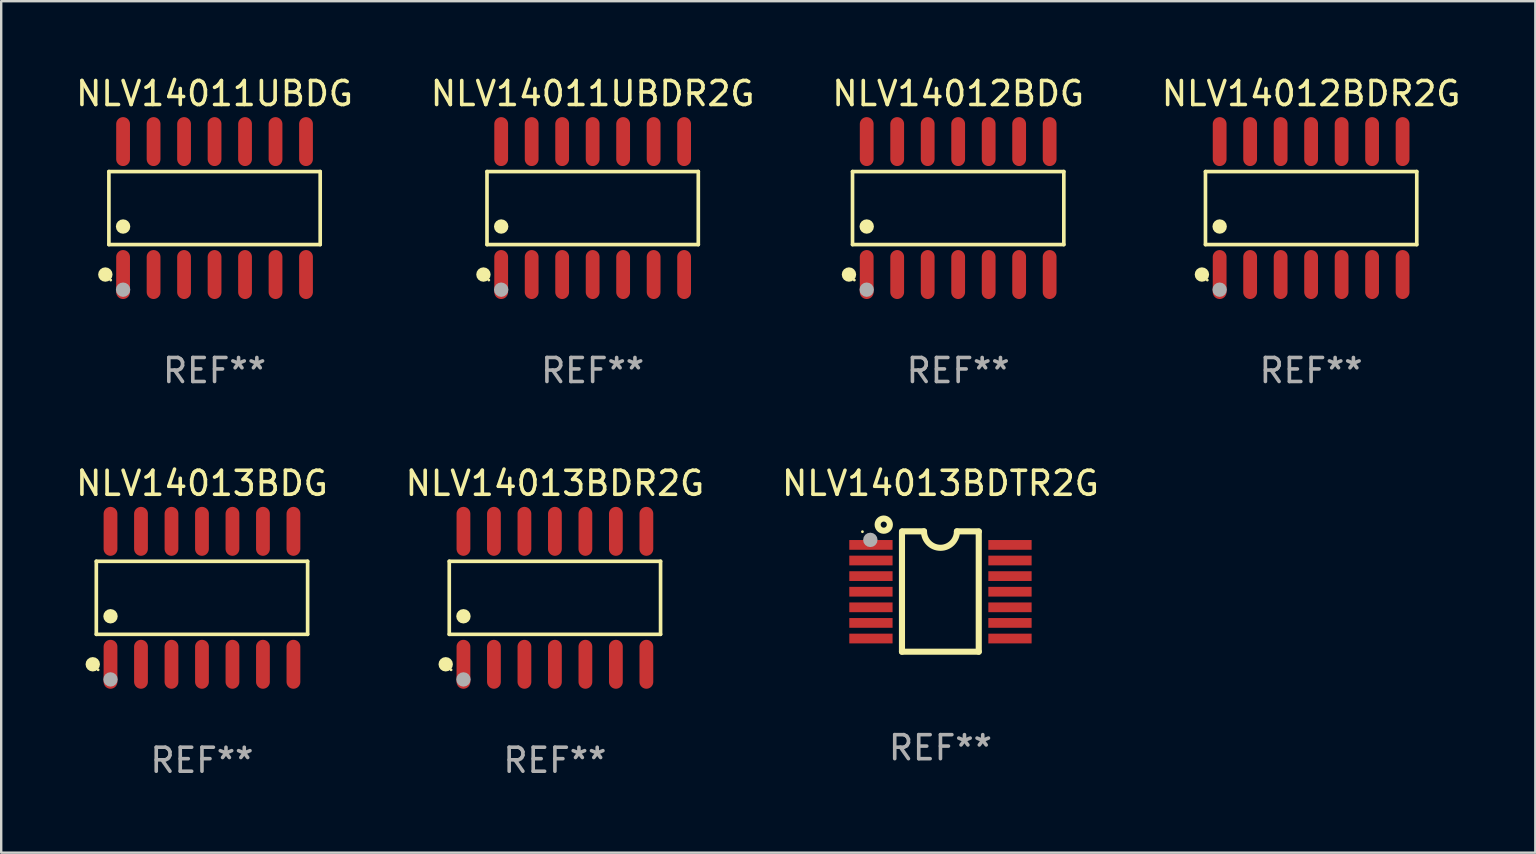
<source format=kicad_pcb>
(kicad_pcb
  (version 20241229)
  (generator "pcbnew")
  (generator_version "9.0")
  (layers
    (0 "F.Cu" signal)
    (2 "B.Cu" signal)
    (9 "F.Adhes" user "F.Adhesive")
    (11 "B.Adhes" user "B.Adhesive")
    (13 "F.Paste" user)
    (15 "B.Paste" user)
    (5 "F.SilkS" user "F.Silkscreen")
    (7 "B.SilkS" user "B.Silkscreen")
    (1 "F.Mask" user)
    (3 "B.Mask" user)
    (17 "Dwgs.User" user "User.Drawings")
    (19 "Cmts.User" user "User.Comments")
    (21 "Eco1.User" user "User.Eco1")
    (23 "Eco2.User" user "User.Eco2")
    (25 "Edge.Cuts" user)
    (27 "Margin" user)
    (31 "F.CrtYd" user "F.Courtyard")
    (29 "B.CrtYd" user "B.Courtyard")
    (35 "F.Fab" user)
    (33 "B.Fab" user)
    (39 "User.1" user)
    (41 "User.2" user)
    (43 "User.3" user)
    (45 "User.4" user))
  (footprint "NLV14012BDG"
    (layer "F.Cu")
    (at 36.863 5.617)
    (property "Reference" "NLV14012BDG" (at 0 -4.769 0) (layer "F.SilkS") (effects (font (size 1 1) (thickness 0.15))))
    (attr through_hole)
    (fp_line (start -4.401 -1.521) (end 4.401 -1.521) (stroke (width 0.152) (type solid)) (layer "F.SilkS"))
    (fp_line (start -4.401 1.521) (end -4.401 -1.521) (stroke (width 0.152) (type solid)) (layer "F.SilkS"))
    (fp_line (start 4.401 -1.521) (end 4.401 1.521) (stroke (width 0.152) (type solid)) (layer "F.SilkS"))
    (fp_line (start 4.401 1.521) (end -4.401 1.521) (stroke (width 0.152) (type solid)) (layer "F.SilkS"))
    (fp_circle (center -4.549 2.769) (end -4.399 2.769) (stroke (width 0.3) (type solid)) (fill no) (layer "F.SilkS"))
    (fp_circle (center -4.325 3) (end -4.295 3) (stroke (width 0.06) (type solid)) (fill no) (layer "F.SilkS"))
    (fp_circle (center -3.81 0.769) (end -3.66 0.769) (stroke (width 0.3) (type solid)) (fill no) (layer "F.SilkS"))
    (fp_circle (center -3.81 3.4) (end -3.66 3.4) (stroke (width 0.3) (type solid)) (fill no) (layer "F.Fab"))
    (fp_text user "REF**" (at 0 6.769 0) (layer "F.Fab") (effects (font (size 1 1) (thickness 0.15))))
    (pad "1" smd oval (at -3.81 2.769) (size 0.574 2.038) (layers "F.Cu" "F.Mask" "F.Paste"))
    (pad "2" smd oval (at -2.54 2.769) (size 0.574 2.038) (layers "F.Cu" "F.Mask" "F.Paste"))
    (pad "3" smd oval (at -1.27 2.769) (size 0.574 2.038) (layers "F.Cu" "F.Mask" "F.Paste"))
    (pad "4" smd oval (at 0 2.769) (size 0.574 2.038) (layers "F.Cu" "F.Mask" "F.Paste"))
    (pad "5" smd oval (at 1.27 2.769) (size 0.574 2.038) (layers "F.Cu" "F.Mask" "F.Paste"))
    (pad "6" smd oval (at 2.54 2.769) (size 0.574 2.038) (layers "F.Cu" "F.Mask" "F.Paste"))
    (pad "7" smd oval (at 3.81 2.769) (size 0.574 2.038) (layers "F.Cu" "F.Mask" "F.Paste"))
    (pad "8" smd oval (at 3.81 -2.769) (size 0.574 2.038) (layers "F.Cu" "F.Mask" "F.Paste"))
    (pad "9" smd oval (at 2.54 -2.769) (size 0.574 2.038) (layers "F.Cu" "F.Mask" "F.Paste"))
    (pad "10" smd oval (at 1.27 -2.769) (size 0.574 2.038) (layers "F.Cu" "F.Mask" "F.Paste"))
    (pad "11" smd oval (at 0 -2.769) (size 0.574 2.038) (layers "F.Cu" "F.Mask" "F.Paste"))
    (pad "12" smd oval (at -1.27 -2.769) (size 0.574 2.038) (layers "F.Cu" "F.Mask" "F.Paste"))
    (pad "13" smd oval (at -2.54 -2.769) (size 0.574 2.038) (layers "F.Cu" "F.Mask" "F.Paste"))
    (pad "14" smd oval (at -3.81 -2.769) (size 0.574 2.038) (layers "F.Cu" "F.Mask" "F.Paste")))
  (footprint "NLV14013BDTR2G"
    (layer "F.Cu")
    (at 36.125 21.59)
    (property "Reference" "NLV14013BDTR2G" (at 0 -4.507 0) (layer "F.SilkS") (effects (font (size 1 1) (thickness 0.15))))
    (attr through_hole)
    (fp_line (start -1.603 2.507) (end -1.603 -2.494) (stroke (width 0.254) (type solid)) (layer "F.SilkS"))
    (fp_line (start -1.603 2.507) (end 1.595 2.507) (stroke (width 0.254) (type solid)) (layer "F.SilkS"))
    (fp_line (start -1.6 -2.507) (end -0.686 -2.507) (stroke (width 0.254) (type solid)) (layer "F.SilkS"))
    (fp_line (start 0.686 -2.507) (end 1.6 -2.507) (stroke (width 0.254) (type solid)) (layer "F.SilkS"))
    (fp_line (start 1.595 2.507) (end 1.595 -2.494) (stroke (width 0.254) (type solid)) (layer "F.SilkS"))
    (fp_arc (start 0.685852 -2.506998) (mid 0.000051 -1.821197) (end -0.68575 -2.506998) (stroke (width 0.254001) (type solid)) (layer "F.SilkS"))
    (fp_circle (center -3.25 -2.492) (end -3.22 -2.492) (stroke (width 0.06) (type solid)) (fill no) (layer "F.SilkS"))
    (fp_circle (center -2.362 -2.786) (end -2.108 -2.786) (stroke (width 0.254) (type solid)) (fill no) (layer "F.SilkS"))
    (fp_circle (center -2.921 -2.151) (end -2.771 -2.151) (stroke (width 0.3) (type solid)) (fill no) (layer "F.Fab"))
    (fp_text user "REF**" (at 0 6.507 0) (layer "F.Fab") (effects (font (size 1 1) (thickness 0.15))))
    (pad "1" smd rect (at -2.896 -1.942) (size 1.803 0.406) (layers "F.Cu" "F.Mask" "F.Paste"))
    (pad "2" smd rect (at -2.896 -1.292) (size 1.803 0.406) (layers "F.Cu" "F.Mask" "F.Paste"))
    (pad "3" smd rect (at -2.896 -0.642) (size 1.803 0.406) (layers "F.Cu" "F.Mask" "F.Paste"))
    (pad "4" smd rect (at -2.896 0.008) (size 1.803 0.406) (layers "F.Cu" "F.Mask" "F.Paste"))
    (pad "5" smd rect (at -2.896 0.658) (size 1.803 0.406) (layers "F.Cu" "F.Mask" "F.Paste"))
    (pad "6" smd rect (at -2.896 1.308) (size 1.803 0.406) (layers "F.Cu" "F.Mask" "F.Paste"))
    (pad "7" smd rect (at -2.896 1.958) (size 1.803 0.406) (layers "F.Cu" "F.Mask" "F.Paste"))
    (pad "8" smd rect (at 2.896 1.958) (size 1.803 0.406) (layers "F.Cu" "F.Mask" "F.Paste"))
    (pad "9" smd rect (at 2.896 1.308) (size 1.803 0.406) (layers "F.Cu" "F.Mask" "F.Paste"))
    (pad "10" smd rect (at 2.896 0.658) (size 1.803 0.406) (layers "F.Cu" "F.Mask" "F.Paste"))
    (pad "11" smd rect (at 2.896 0.008) (size 1.803 0.406) (layers "F.Cu" "F.Mask" "F.Paste"))
    (pad "12" smd rect (at 2.896 -0.642) (size 1.803 0.406) (layers "F.Cu" "F.Mask" "F.Paste"))
    (pad "13" smd rect (at 2.896 -1.292) (size 1.803 0.406) (layers "F.Cu" "F.Mask" "F.Paste"))
    (pad "14" smd rect (at 2.896 -1.942) (size 1.803 0.406) (layers "F.Cu" "F.Mask" "F.Paste")))
  (footprint "NLV14013BDG"
    (layer "F.Cu")
    (at 5.363 21.852)
    (property "Reference" "NLV14013BDG" (at 0 -4.769 0) (layer "F.SilkS") (effects (font (size 1 1) (thickness 0.15))))
    (attr through_hole)
    (fp_line (start -4.401 -1.521) (end 4.401 -1.521) (stroke (width 0.152) (type solid)) (layer "F.SilkS"))
    (fp_line (start -4.401 1.521) (end -4.401 -1.521) (stroke (width 0.152) (type solid)) (layer "F.SilkS"))
    (fp_line (start 4.401 -1.521) (end 4.401 1.521) (stroke (width 0.152) (type solid)) (layer "F.SilkS"))
    (fp_line (start 4.401 1.521) (end -4.401 1.521) (stroke (width 0.152) (type solid)) (layer "F.SilkS"))
    (fp_circle (center -4.549 2.769) (end -4.399 2.769) (stroke (width 0.3) (type solid)) (fill no) (layer "F.SilkS"))
    (fp_circle (center -4.325 3) (end -4.295 3) (stroke (width 0.06) (type solid)) (fill no) (layer "F.SilkS"))
    (fp_circle (center -3.81 0.769) (end -3.66 0.769) (stroke (width 0.3) (type solid)) (fill no) (layer "F.SilkS"))
    (fp_circle (center -3.81 3.4) (end -3.66 3.4) (stroke (width 0.3) (type solid)) (fill no) (layer "F.Fab"))
    (fp_text user "REF**" (at 0 6.769 0) (layer "F.Fab") (effects (font (size 1 1) (thickness 0.15))))
    (pad "1" smd oval (at -3.81 2.769) (size 0.574 2.038) (layers "F.Cu" "F.Mask" "F.Paste"))
    (pad "2" smd oval (at -2.54 2.769) (size 0.574 2.038) (layers "F.Cu" "F.Mask" "F.Paste"))
    (pad "3" smd oval (at -1.27 2.769) (size 0.574 2.038) (layers "F.Cu" "F.Mask" "F.Paste"))
    (pad "4" smd oval (at 0 2.769) (size 0.574 2.038) (layers "F.Cu" "F.Mask" "F.Paste"))
    (pad "5" smd oval (at 1.27 2.769) (size 0.574 2.038) (layers "F.Cu" "F.Mask" "F.Paste"))
    (pad "6" smd oval (at 2.54 2.769) (size 0.574 2.038) (layers "F.Cu" "F.Mask" "F.Paste"))
    (pad "7" smd oval (at 3.81 2.769) (size 0.574 2.038) (layers "F.Cu" "F.Mask" "F.Paste"))
    (pad "8" smd oval (at 3.81 -2.769) (size 0.574 2.038) (layers "F.Cu" "F.Mask" "F.Paste"))
    (pad "9" smd oval (at 2.54 -2.769) (size 0.574 2.038) (layers "F.Cu" "F.Mask" "F.Paste"))
    (pad "10" smd oval (at 1.27 -2.769) (size 0.574 2.038) (layers "F.Cu" "F.Mask" "F.Paste"))
    (pad "11" smd oval (at 0 -2.769) (size 0.574 2.038) (layers "F.Cu" "F.Mask" "F.Paste"))
    (pad "12" smd oval (at -1.27 -2.769) (size 0.574 2.038) (layers "F.Cu" "F.Mask" "F.Paste"))
    (pad "13" smd oval (at -2.54 -2.769) (size 0.574 2.038) (layers "F.Cu" "F.Mask" "F.Paste"))
    (pad "14" smd oval (at -3.81 -2.769) (size 0.574 2.038) (layers "F.Cu" "F.Mask" "F.Paste")))
  (footprint "NLV14012BDR2G"
    (layer "F.Cu")
    (at 51.565 5.617)
    (property "Reference" "NLV14012BDR2G" (at 0 -4.769 0) (layer "F.SilkS") (effects (font (size 1 1) (thickness 0.15))))
    (attr through_hole)
    (fp_line (start -4.401 -1.521) (end 4.401 -1.521) (stroke (width 0.152) (type solid)) (layer "F.SilkS"))
    (fp_line (start -4.401 1.521) (end -4.401 -1.521) (stroke (width 0.152) (type solid)) (layer "F.SilkS"))
    (fp_line (start 4.401 -1.521) (end 4.401 1.521) (stroke (width 0.152) (type solid)) (layer "F.SilkS"))
    (fp_line (start 4.401 1.521) (end -4.401 1.521) (stroke (width 0.152) (type solid)) (layer "F.SilkS"))
    (fp_circle (center -4.549 2.769) (end -4.399 2.769) (stroke (width 0.3) (type solid)) (fill no) (layer "F.SilkS"))
    (fp_circle (center -4.325 3) (end -4.295 3) (stroke (width 0.06) (type solid)) (fill no) (layer "F.SilkS"))
    (fp_circle (center -3.81 0.769) (end -3.66 0.769) (stroke (width 0.3) (type solid)) (fill no) (layer "F.SilkS"))
    (fp_circle (center -3.81 3.4) (end -3.66 3.4) (stroke (width 0.3) (type solid)) (fill no) (layer "F.Fab"))
    (fp_text user "REF**" (at 0 6.769 0) (layer "F.Fab") (effects (font (size 1 1) (thickness 0.15))))
    (pad "1" smd oval (at -3.81 2.769) (size 0.574 2.038) (layers "F.Cu" "F.Mask" "F.Paste"))
    (pad "2" smd oval (at -2.54 2.769) (size 0.574 2.038) (layers "F.Cu" "F.Mask" "F.Paste"))
    (pad "3" smd oval (at -1.27 2.769) (size 0.574 2.038) (layers "F.Cu" "F.Mask" "F.Paste"))
    (pad "4" smd oval (at 0 2.769) (size 0.574 2.038) (layers "F.Cu" "F.Mask" "F.Paste"))
    (pad "5" smd oval (at 1.27 2.769) (size 0.574 2.038) (layers "F.Cu" "F.Mask" "F.Paste"))
    (pad "6" smd oval (at 2.54 2.769) (size 0.574 2.038) (layers "F.Cu" "F.Mask" "F.Paste"))
    (pad "7" smd oval (at 3.81 2.769) (size 0.574 2.038) (layers "F.Cu" "F.Mask" "F.Paste"))
    (pad "8" smd oval (at 3.81 -2.769) (size 0.574 2.038) (layers "F.Cu" "F.Mask" "F.Paste"))
    (pad "9" smd oval (at 2.54 -2.769) (size 0.574 2.038) (layers "F.Cu" "F.Mask" "F.Paste"))
    (pad "10" smd oval (at 1.27 -2.769) (size 0.574 2.038) (layers "F.Cu" "F.Mask" "F.Paste"))
    (pad "11" smd oval (at 0 -2.769) (size 0.574 2.038) (layers "F.Cu" "F.Mask" "F.Paste"))
    (pad "12" smd oval (at -1.27 -2.769) (size 0.574 2.038) (layers "F.Cu" "F.Mask" "F.Paste"))
    (pad "13" smd oval (at -2.54 -2.769) (size 0.574 2.038) (layers "F.Cu" "F.Mask" "F.Paste"))
    (pad "14" smd oval (at -3.81 -2.769) (size 0.574 2.038) (layers "F.Cu" "F.Mask" "F.Paste")))
  (footprint "NLV14013BDR2G"
    (layer "F.Cu")
    (at 20.065 21.852)
    (property "Reference" "NLV14013BDR2G" (at 0 -4.769 0) (layer "F.SilkS") (effects (font (size 1 1) (thickness 0.15))))
    (attr through_hole)
    (fp_line (start -4.401 -1.521) (end 4.401 -1.521) (stroke (width 0.152) (type solid)) (layer "F.SilkS"))
    (fp_line (start -4.401 1.521) (end -4.401 -1.521) (stroke (width 0.152) (type solid)) (layer "F.SilkS"))
    (fp_line (start 4.401 -1.521) (end 4.401 1.521) (stroke (width 0.152) (type solid)) (layer "F.SilkS"))
    (fp_line (start 4.401 1.521) (end -4.401 1.521) (stroke (width 0.152) (type solid)) (layer "F.SilkS"))
    (fp_circle (center -4.549 2.769) (end -4.399 2.769) (stroke (width 0.3) (type solid)) (fill no) (layer "F.SilkS"))
    (fp_circle (center -4.325 3) (end -4.295 3) (stroke (width 0.06) (type solid)) (fill no) (layer "F.SilkS"))
    (fp_circle (center -3.81 0.769) (end -3.66 0.769) (stroke (width 0.3) (type solid)) (fill no) (layer "F.SilkS"))
    (fp_circle (center -3.81 3.4) (end -3.66 3.4) (stroke (width 0.3) (type solid)) (fill no) (layer "F.Fab"))
    (fp_text user "REF**" (at 0 6.769 0) (layer "F.Fab") (effects (font (size 1 1) (thickness 0.15))))
    (pad "1" smd oval (at -3.81 2.769) (size 0.574 2.038) (layers "F.Cu" "F.Mask" "F.Paste"))
    (pad "2" smd oval (at -2.54 2.769) (size 0.574 2.038) (layers "F.Cu" "F.Mask" "F.Paste"))
    (pad "3" smd oval (at -1.27 2.769) (size 0.574 2.038) (layers "F.Cu" "F.Mask" "F.Paste"))
    (pad "4" smd oval (at 0 2.769) (size 0.574 2.038) (layers "F.Cu" "F.Mask" "F.Paste"))
    (pad "5" smd oval (at 1.27 2.769) (size 0.574 2.038) (layers "F.Cu" "F.Mask" "F.Paste"))
    (pad "6" smd oval (at 2.54 2.769) (size 0.574 2.038) (layers "F.Cu" "F.Mask" "F.Paste"))
    (pad "7" smd oval (at 3.81 2.769) (size 0.574 2.038) (layers "F.Cu" "F.Mask" "F.Paste"))
    (pad "8" smd oval (at 3.81 -2.769) (size 0.574 2.038) (layers "F.Cu" "F.Mask" "F.Paste"))
    (pad "9" smd oval (at 2.54 -2.769) (size 0.574 2.038) (layers "F.Cu" "F.Mask" "F.Paste"))
    (pad "10" smd oval (at 1.27 -2.769) (size 0.574 2.038) (layers "F.Cu" "F.Mask" "F.Paste"))
    (pad "11" smd oval (at 0 -2.769) (size 0.574 2.038) (layers "F.Cu" "F.Mask" "F.Paste"))
    (pad "12" smd oval (at -1.27 -2.769) (size 0.574 2.038) (layers "F.Cu" "F.Mask" "F.Paste"))
    (pad "13" smd oval (at -2.54 -2.769) (size 0.574 2.038) (layers "F.Cu" "F.Mask" "F.Paste"))
    (pad "14" smd oval (at -3.81 -2.769) (size 0.574 2.038) (layers "F.Cu" "F.Mask" "F.Paste")))
  (footprint "NLV14011UBDG"
    (layer "F.Cu")
    (at 5.887 5.617)
    (property "Reference" "NLV14011UBDG" (at 0 -4.769 0) (layer "F.SilkS") (effects (font (size 1 1) (thickness 0.15))))
    (attr through_hole)
    (fp_line (start -4.401 -1.521) (end 4.401 -1.521) (stroke (width 0.152) (type solid)) (layer "F.SilkS"))
    (fp_line (start -4.401 1.521) (end -4.401 -1.521) (stroke (width 0.152) (type solid)) (layer "F.SilkS"))
    (fp_line (start 4.401 -1.521) (end 4.401 1.521) (stroke (width 0.152) (type solid)) (layer "F.SilkS"))
    (fp_line (start 4.401 1.521) (end -4.401 1.521) (stroke (width 0.152) (type solid)) (layer "F.SilkS"))
    (fp_circle (center -4.549 2.769) (end -4.399 2.769) (stroke (width 0.3) (type solid)) (fill no) (layer "F.SilkS"))
    (fp_circle (center -4.325 3) (end -4.295 3) (stroke (width 0.06) (type solid)) (fill no) (layer "F.SilkS"))
    (fp_circle (center -3.81 0.769) (end -3.66 0.769) (stroke (width 0.3) (type solid)) (fill no) (layer "F.SilkS"))
    (fp_circle (center -3.81 3.4) (end -3.66 3.4) (stroke (width 0.3) (type solid)) (fill no) (layer "F.Fab"))
    (fp_text user "REF**" (at 0 6.769 0) (layer "F.Fab") (effects (font (size 1 1) (thickness 0.15))))
    (pad "1" smd oval (at -3.81 2.769) (size 0.574 2.038) (layers "F.Cu" "F.Mask" "F.Paste"))
    (pad "2" smd oval (at -2.54 2.769) (size 0.574 2.038) (layers "F.Cu" "F.Mask" "F.Paste"))
    (pad "3" smd oval (at -1.27 2.769) (size 0.574 2.038) (layers "F.Cu" "F.Mask" "F.Paste"))
    (pad "4" smd oval (at 0 2.769) (size 0.574 2.038) (layers "F.Cu" "F.Mask" "F.Paste"))
    (pad "5" smd oval (at 1.27 2.769) (size 0.574 2.038) (layers "F.Cu" "F.Mask" "F.Paste"))
    (pad "6" smd oval (at 2.54 2.769) (size 0.574 2.038) (layers "F.Cu" "F.Mask" "F.Paste"))
    (pad "7" smd oval (at 3.81 2.769) (size 0.574 2.038) (layers "F.Cu" "F.Mask" "F.Paste"))
    (pad "8" smd oval (at 3.81 -2.769) (size 0.574 2.038) (layers "F.Cu" "F.Mask" "F.Paste"))
    (pad "9" smd oval (at 2.54 -2.769) (size 0.574 2.038) (layers "F.Cu" "F.Mask" "F.Paste"))
    (pad "10" smd oval (at 1.27 -2.769) (size 0.574 2.038) (layers "F.Cu" "F.Mask" "F.Paste"))
    (pad "11" smd oval (at 0 -2.769) (size 0.574 2.038) (layers "F.Cu" "F.Mask" "F.Paste"))
    (pad "12" smd oval (at -1.27 -2.769) (size 0.574 2.038) (layers "F.Cu" "F.Mask" "F.Paste"))
    (pad "13" smd oval (at -2.54 -2.769) (size 0.574 2.038) (layers "F.Cu" "F.Mask" "F.Paste"))
    (pad "14" smd oval (at -3.81 -2.769) (size 0.574 2.038) (layers "F.Cu" "F.Mask" "F.Paste")))
  (footprint "NLV14011UBDR2G"
    (layer "F.Cu")
    (at 21.637 5.617)
    (property "Reference" "NLV14011UBDR2G" (at 0 -4.769 0) (layer "F.SilkS") (effects (font (size 1 1) (thickness 0.15))))
    (attr through_hole)
    (fp_line (start -4.401 -1.521) (end 4.401 -1.521) (stroke (width 0.152) (type solid)) (layer "F.SilkS"))
    (fp_line (start -4.401 1.521) (end -4.401 -1.521) (stroke (width 0.152) (type solid)) (layer "F.SilkS"))
    (fp_line (start 4.401 -1.521) (end 4.401 1.521) (stroke (width 0.152) (type solid)) (layer "F.SilkS"))
    (fp_line (start 4.401 1.521) (end -4.401 1.521) (stroke (width 0.152) (type solid)) (layer "F.SilkS"))
    (fp_circle (center -4.549 2.769) (end -4.399 2.769) (stroke (width 0.3) (type solid)) (fill no) (layer "F.SilkS"))
    (fp_circle (center -4.325 3) (end -4.295 3) (stroke (width 0.06) (type solid)) (fill no) (layer "F.SilkS"))
    (fp_circle (center -3.81 0.769) (end -3.66 0.769) (stroke (width 0.3) (type solid)) (fill no) (layer "F.SilkS"))
    (fp_circle (center -3.81 3.4) (end -3.66 3.4) (stroke (width 0.3) (type solid)) (fill no) (layer "F.Fab"))
    (fp_text user "REF**" (at 0 6.769 0) (layer "F.Fab") (effects (font (size 1 1) (thickness 0.15))))
    (pad "1" smd oval (at -3.81 2.769) (size 0.574 2.038) (layers "F.Cu" "F.Mask" "F.Paste"))
    (pad "2" smd oval (at -2.54 2.769) (size 0.574 2.038) (layers "F.Cu" "F.Mask" "F.Paste"))
    (pad "3" smd oval (at -1.27 2.769) (size 0.574 2.038) (layers "F.Cu" "F.Mask" "F.Paste"))
    (pad "4" smd oval (at 0 2.769) (size 0.574 2.038) (layers "F.Cu" "F.Mask" "F.Paste"))
    (pad "5" smd oval (at 1.27 2.769) (size 0.574 2.038) (layers "F.Cu" "F.Mask" "F.Paste"))
    (pad "6" smd oval (at 2.54 2.769) (size 0.574 2.038) (layers "F.Cu" "F.Mask" "F.Paste"))
    (pad "7" smd oval (at 3.81 2.769) (size 0.574 2.038) (layers "F.Cu" "F.Mask" "F.Paste"))
    (pad "8" smd oval (at 3.81 -2.769) (size 0.574 2.038) (layers "F.Cu" "F.Mask" "F.Paste"))
    (pad "9" smd oval (at 2.54 -2.769) (size 0.574 2.038) (layers "F.Cu" "F.Mask" "F.Paste"))
    (pad "10" smd oval (at 1.27 -2.769) (size 0.574 2.038) (layers "F.Cu" "F.Mask" "F.Paste"))
    (pad "11" smd oval (at 0 -2.769) (size 0.574 2.038) (layers "F.Cu" "F.Mask" "F.Paste"))
    (pad "12" smd oval (at -1.27 -2.769) (size 0.574 2.038) (layers "F.Cu" "F.Mask" "F.Paste"))
    (pad "13" smd oval (at -2.54 -2.769) (size 0.574 2.038) (layers "F.Cu" "F.Mask" "F.Paste"))
    (pad "14" smd oval (at -3.81 -2.769) (size 0.574 2.038) (layers "F.Cu" "F.Mask" "F.Paste")))
  (gr_rect
    (start -3 -3)
    (end 60.905 32.469)
    (stroke (width 0.1) (type default))
    (fill no)
    (layer "Edge.Cuts")))
</source>
